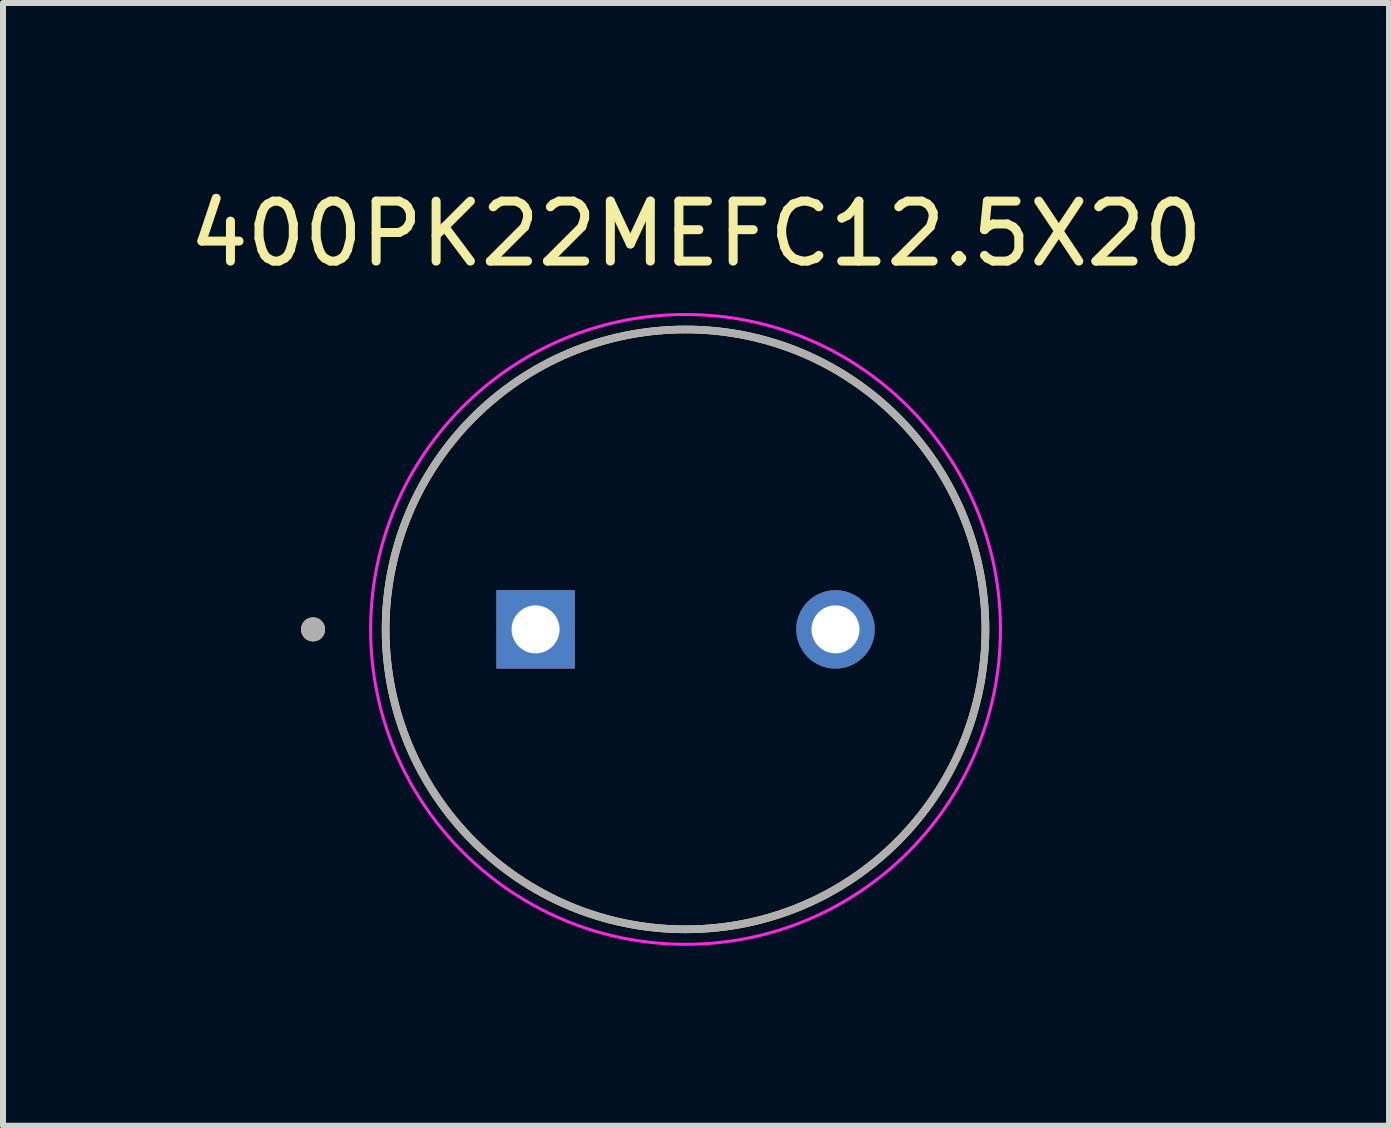
<source format=kicad_pcb>
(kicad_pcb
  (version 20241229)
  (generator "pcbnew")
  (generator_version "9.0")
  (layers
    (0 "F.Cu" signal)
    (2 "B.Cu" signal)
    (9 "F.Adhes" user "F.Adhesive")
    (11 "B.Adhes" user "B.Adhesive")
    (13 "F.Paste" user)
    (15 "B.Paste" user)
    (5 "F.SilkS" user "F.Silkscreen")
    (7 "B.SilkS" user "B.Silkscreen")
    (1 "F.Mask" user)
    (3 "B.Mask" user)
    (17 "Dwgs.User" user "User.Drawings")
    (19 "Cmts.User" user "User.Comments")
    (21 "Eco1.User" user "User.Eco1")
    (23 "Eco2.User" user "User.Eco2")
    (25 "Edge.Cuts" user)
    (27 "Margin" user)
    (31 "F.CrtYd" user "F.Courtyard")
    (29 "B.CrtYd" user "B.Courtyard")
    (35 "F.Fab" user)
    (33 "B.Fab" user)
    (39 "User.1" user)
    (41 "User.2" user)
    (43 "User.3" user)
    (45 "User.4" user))
  (footprint "400PK22MEFC12.5X20"
    (layer "F.Cu")
    (at 8.379 7.443)
    (property "Reference" "400PK22MEFC12.5X20" (at 0.175 -6.595 0) (layer "F.SilkS") (effects (font (size 1 1) (thickness 0.15))))
    (attr through_hole)
    (fp_circle (center -6.21 0) (end -6.11 0) (stroke (width 0.2) (type solid)) (fill no) (layer "F.SilkS"))
    (fp_circle (center 0 0) (end 5 0) (stroke (width 0.127) (type solid)) (fill no) (layer "F.SilkS"))
    (fp_circle (center 0 0) (end 5.25 0) (stroke (width 0.05) (type solid)) (fill no) (layer "F.CrtYd"))
    (fp_circle (center -6.21 0) (end -6.11 0) (stroke (width 0.2) (type solid)) (fill no) (layer "F.Fab"))
    (fp_circle (center 0 0) (end 5 0) (stroke (width 0.127) (type solid)) (fill no) (layer "F.Fab"))
    (pad "N" thru_hole circle (at 2.5 0) (size 1.308 1.308) (drill 0.8) (layers "*.Cu" "*.Mask"))
    (pad "P" thru_hole rect (at -2.5 0) (size 1.308 1.308) (drill 0.8) (layers "*.Cu" "*.Mask")))
  (gr_rect
    (start -3 -3)
    (end 20.107 15.718)
    (stroke (width 0.1) (type default))
    (fill no)
    (layer "Edge.Cuts")))
</source>
